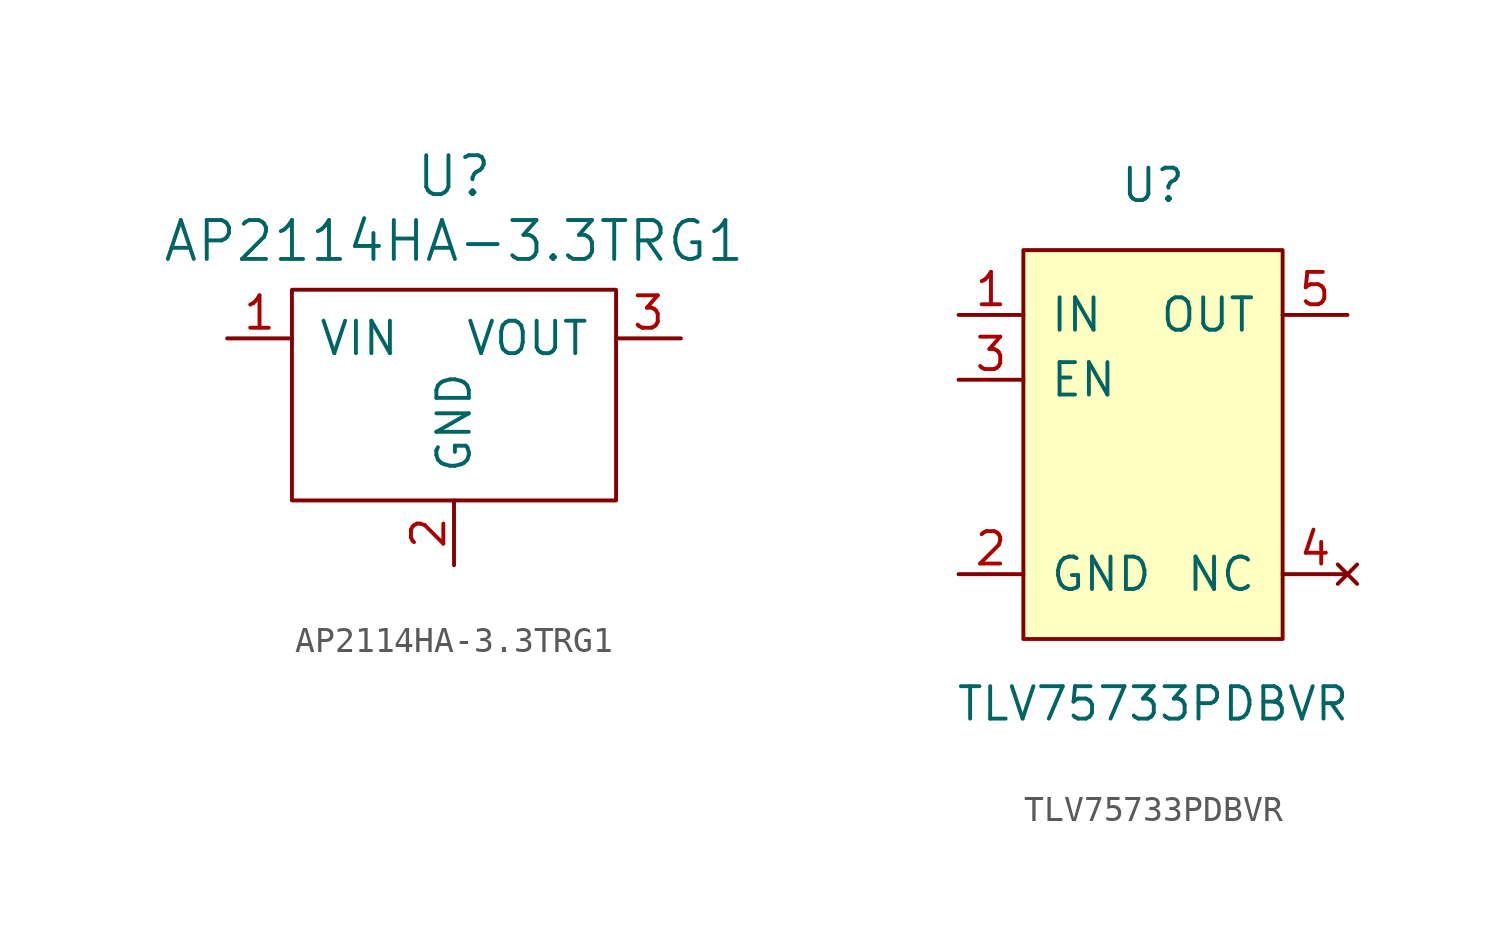
<source format=kicad_sym>
(kicad_symbol_lib
  (version 20220914)
  (generator kicad_symbol_editor)
  (symbol "AP2114HA-3.3TRG1"
    (pin_names
      (offset 1.016))
    (property "Reference" "U"
      (at 0 8.89 0)
      (effects (font (size 1.524 1.524))))
    (property "Value" "AP2114HA-3.3TRG1"
      (at 0 6.35 0)
      (effects (font (size 1.524 1.524))))
    (symbol "AP2114HA-3.3TRG1_0_1"
      (rectangle (start -6.35 4.445) (end 6.35 -3.81) (stroke (width 0) (type default)) (fill (type none))))
    (symbol "AP2114HA-3.3TRG1_1_1"
      (pin power_in line (at -8.89 2.54 0) (length 2.54) (name "VIN" (effects (font (size 1.27 1.27)))) (number "1" (effects (font (size 1.27 1.27)))))
      (pin power_in line (at 0 -6.35 90) (length 2.54) (name "GND" (effects (font (size 1.27 1.27)))) (number "2" (effects (font (size 1.27 1.27)))))
      (pin power_out line (at 8.89 2.54 180) (length 2.54) (name "VOUT" (effects (font (size 1.27 1.27)))) (number "3" (effects (font (size 1.27 1.27)))))
      (pin power_in line (at 0 -6.35 90) (length 2.54) hide (name "GND" (effects (font (size 1.27 1.27)))) (number "4" (effects (font (size 1.27 1.27)))))))
  (symbol "TLV75733PDBVR"
    (pin_names
      (offset 1.016))
    (property "Reference" "U"
      (at 0 10.16 0)
      (effects (font (size 1.27 1.27))))
    (property "Value" "TLV75733PDBVR"
      (at 0 -10.16 0)
      (effects (font (size 1.27 1.27))))
    (symbol "TLV75733PDBVR_1_1"
      (rectangle (start -5.08 7.62) (end 5.08 -7.62) (stroke (width 0) (type default)) (fill (type background)))
      (pin power_in line (at -7.62 5.08 0) (length 2.54) (name "IN" (effects (font (size 1.27 1.27)))) (number "1" (effects (font (size 1.27 1.27)))))
      (pin power_in line (at -7.62 -5.08 0) (length 2.54) (name "GND" (effects (font (size 1.27 1.27)))) (number "2" (effects (font (size 1.27 1.27)))))
      (pin input line (at -7.62 2.54 0) (length 2.54) (name "EN" (effects (font (size 1.27 1.27)))) (number "3" (effects (font (size 1.27 1.27)))))
      (pin no_connect line (at 7.62 -5.08 180) (length 2.54) (name "NC" (effects (font (size 1.27 1.27)))) (number "4" (effects (font (size 1.27 1.27)))))
      (pin power_out line (at 7.62 5.08 180) (length 2.54) (name "OUT" (effects (font (size 1.27 1.27)))) (number "5" (effects (font (size 1.27 1.27))))))))
</source>
